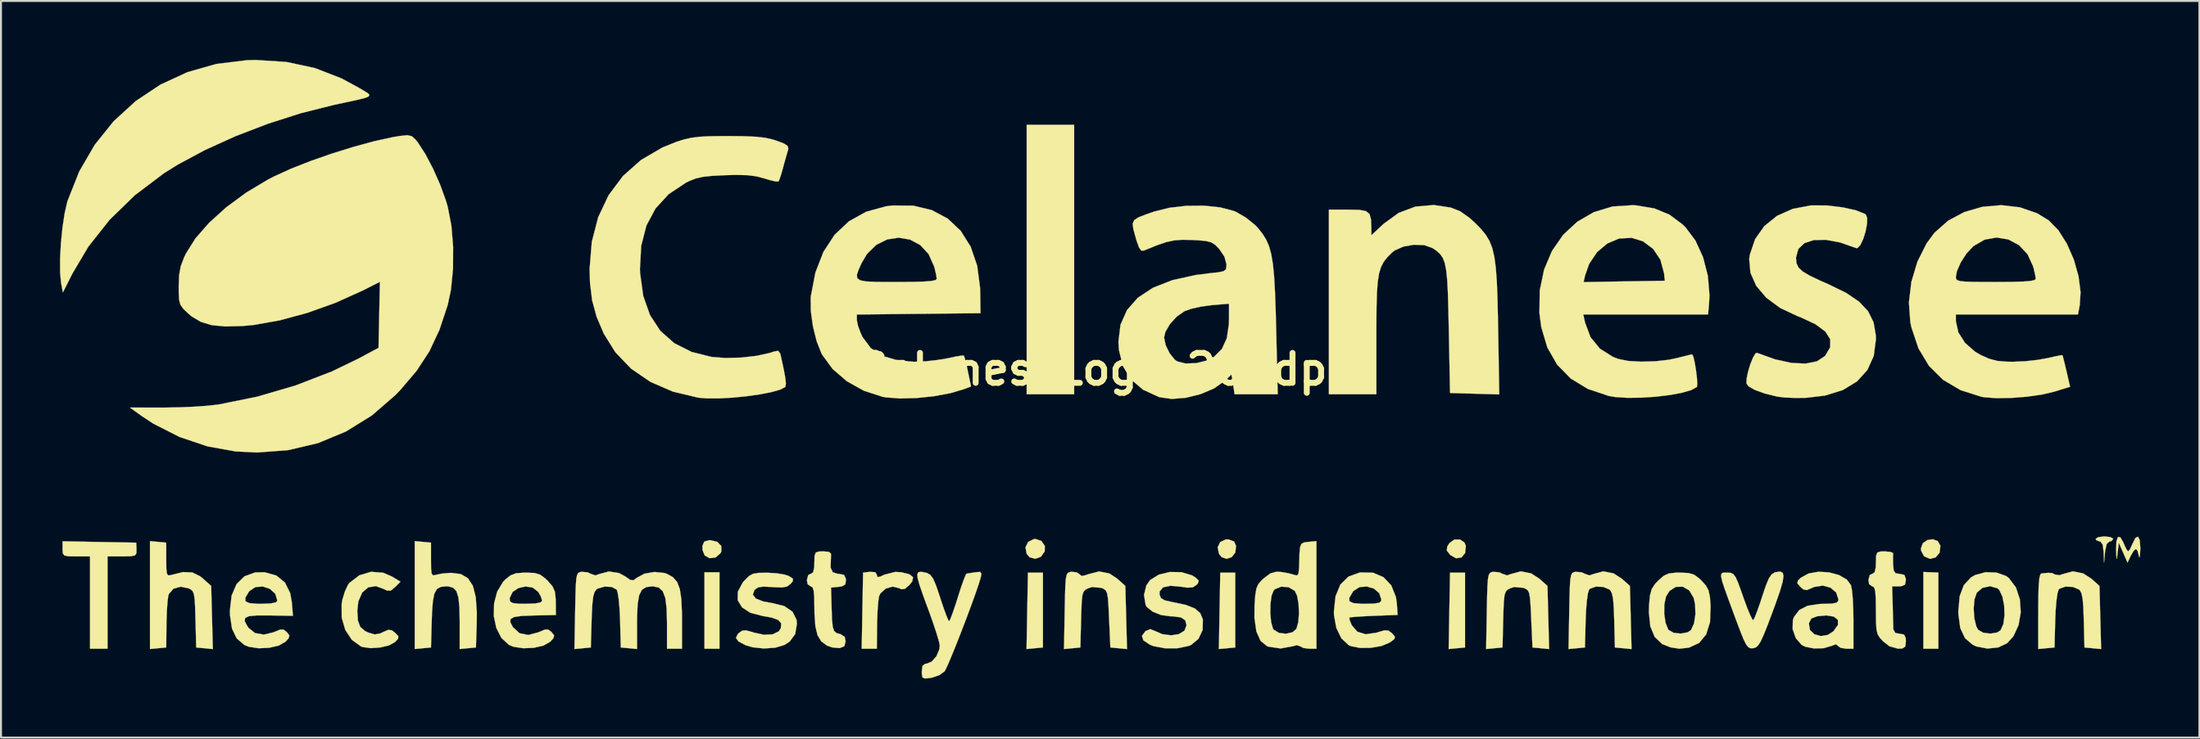
<source format=kicad_pcb>
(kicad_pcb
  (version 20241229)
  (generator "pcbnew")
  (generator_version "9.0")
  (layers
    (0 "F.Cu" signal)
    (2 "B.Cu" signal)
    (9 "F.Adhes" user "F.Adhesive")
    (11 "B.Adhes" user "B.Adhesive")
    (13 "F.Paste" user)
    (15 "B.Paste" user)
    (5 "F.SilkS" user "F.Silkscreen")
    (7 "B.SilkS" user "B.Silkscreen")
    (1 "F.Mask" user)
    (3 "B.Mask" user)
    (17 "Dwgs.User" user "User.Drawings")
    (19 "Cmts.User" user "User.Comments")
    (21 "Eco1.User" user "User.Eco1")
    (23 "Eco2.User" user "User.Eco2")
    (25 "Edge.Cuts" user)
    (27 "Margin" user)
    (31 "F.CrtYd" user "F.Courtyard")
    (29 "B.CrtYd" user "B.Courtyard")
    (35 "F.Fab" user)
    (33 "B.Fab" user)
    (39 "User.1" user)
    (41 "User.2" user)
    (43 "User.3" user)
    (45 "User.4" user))
  (footprint "CelaneseLogo_200dpi"
    (layer "F.Cu")
    (at 52.836 15.75)
    (property "Reference" "CelaneseLogo_200dpi" (at 0 0 0) (layer "F.SilkS") (effects (font (size 1.524 1.524) (thickness 0.3))))
    (attr through_hole)
    (fp_poly (pts (xy -19.304 14.224) (xy -20.066 14.224) (xy -20.066 10.333) (xy -19.304 10.333) (xy -19.304 14.224)) (stroke (width 0.01) (type solid)) (fill yes) (layer "F.SilkS"))
    (fp_poly (pts (xy -1.27 1.27) (xy -3.683 1.27) (xy -3.683 -12.446) (xy -1.27 -12.446) (xy -1.27 1.27)) (stroke (width 0.01) (type solid)) (fill yes) (layer "F.SilkS"))
    (fp_poly (pts (xy 42.291 10.332) (xy 42.672 10.348) (xy 42.672 14.224) (xy 41.91 14.224) (xy 41.91 10.317) (xy 42.291 10.332)) (stroke (width 0.01) (type solid)) (fill yes) (layer "F.SilkS"))
    (fp_poly (pts (xy -2.857 14.161) (xy -3.274 14.201) (xy -3.69 14.241) (xy -3.655 12.296) (xy -3.619 10.351) (xy -2.857 10.351) (xy -2.857 14.161)) (stroke (width 0.01) (type solid)) (fill yes) (layer "F.SilkS"))
    (fp_poly (pts (xy 6.921 14.161) (xy 6.505 14.201) (xy 6.089 14.241) (xy 6.124 12.296) (xy 6.16 10.351) (xy 6.921 10.351) (xy 6.921 14.161)) (stroke (width 0.01) (type solid)) (fill yes) (layer "F.SilkS"))
    (fp_poly (pts (xy 18.605 14.161) (xy 18.189 14.201) (xy 17.773 14.241) (xy 17.808 12.296) (xy 17.843 10.351) (xy 18.605 10.351) (xy 18.605 14.161)) (stroke (width 0.01) (type solid)) (fill yes) (layer "F.SilkS"))
    (fp_poly (pts (xy -2.934 8.74) (xy -2.76 8.995) (xy -2.767 9.271) (xy -2.962 9.544) (xy -3.247 9.647) (xy -3.531 9.57) (xy -3.683 9.398) (xy -3.744 9.065) (xy -3.606 8.785) (xy -3.315 8.641) (xy -3.239 8.636) (xy -2.934 8.74)) (stroke (width 0.01) (type solid)) (fill yes) (layer "F.SilkS"))
    (fp_poly (pts (xy 6.581 8.66) (xy 6.863 8.768) (xy 6.963 8.992) (xy 6.923 9.33) (xy 6.742 9.56) (xy 6.488 9.649) (xy 6.233 9.565) (xy 6.096 9.398) (xy 6.027 9.061) (xy 6.16 8.791) (xy 6.447 8.659) (xy 6.581 8.66)) (stroke (width 0.01) (type solid)) (fill yes) (layer "F.SilkS"))
    (fp_poly (pts (xy 18.353 8.665) (xy 18.579 8.821) (xy 18.647 8.992) (xy 18.61 9.355) (xy 18.424 9.578) (xy 18.15 9.622) (xy 17.853 9.452) (xy 17.679 9.229) (xy 17.699 9.026) (xy 17.819 8.839) (xy 18.067 8.665) (xy 18.353 8.665)) (stroke (width 0.01) (type solid)) (fill yes) (layer "F.SilkS"))
    (fp_poly (pts (xy -19.413 8.783) (xy -19.213 8.994) (xy -19.209 9.274) (xy -19.254 9.366) (xy -19.503 9.579) (xy -19.809 9.616) (xy -20.055 9.475) (xy -20.165 9.202) (xy -20.171 8.992) (xy -20.079 8.774) (xy -19.84 8.701) (xy -19.762 8.7) (xy -19.413 8.783)) (stroke (width 0.01) (type solid)) (fill yes) (layer "F.SilkS"))
    (fp_poly (pts (xy 42.638 8.743) (xy 42.775 8.98) (xy 42.777 8.992) (xy 42.733 9.339) (xy 42.538 9.573) (xy 42.26 9.651) (xy 41.971 9.533) (xy 41.935 9.5) (xy 41.799 9.244) (xy 41.783 9.134) (xy 41.878 8.859) (xy 42.107 8.695) (xy 42.388 8.652) (xy 42.638 8.743)) (stroke (width 0.01) (type solid)) (fill yes) (layer "F.SilkS"))
    (fp_poly (pts (xy 51.411 8.541) (xy 51.558 8.619) (xy 51.562 8.636) (xy 51.46 8.75) (xy 51.379 8.763) (xy 51.236 8.881) (xy 51.153 9.24) (xy 51.147 9.303) (xy 51.098 9.842) (xy 51.076 9.303) (xy 51.029 8.931) (xy 50.92 8.774) (xy 50.864 8.763) (xy 50.694 8.694) (xy 50.673 8.636) (xy 50.785 8.552) (xy 51.059 8.51) (xy 51.117 8.509) (xy 51.411 8.541)) (stroke (width 0.01) (type solid)) (fill yes) (layer "F.SilkS"))
    (fp_poly (pts (xy -50.832 8.791) (xy -48.959 8.826) (xy -48.946 9.176) (xy -48.951 9.371) (xy -49.025 9.475) (xy -49.228 9.517) (xy -49.619 9.525) (xy -49.676 9.525) (xy -50.419 9.525) (xy -50.419 14.224) (xy -51.308 14.224) (xy -51.308 9.525) (xy -52.007 9.525) (xy -52.406 9.519) (xy -52.614 9.477) (xy -52.693 9.365) (xy -52.705 9.149) (xy -52.705 9.141) (xy -52.705 8.756) (xy -50.832 8.791)) (stroke (width 0.01) (type solid)) (fill yes) (layer "F.SilkS"))
    (fp_poly (pts (xy -11.379 10.329) (xy -11.303 10.459) (xy -11.275 10.573) (xy -11.146 10.561) (xy -10.911 10.453) (xy -10.368 10.315) (xy -10.065 10.331) (xy -9.641 10.437) (xy -9.459 10.588) (xy -9.505 10.803) (xy -9.643 10.976) (xy -9.874 11.178) (xy -10.057 11.197) (xy -10.168 11.141) (xy -10.505 11.063) (xy -10.858 11.167) (xy -11.125 11.413) (xy -11.19 11.558) (xy -11.23 11.825) (xy -11.264 12.267) (xy -11.286 12.808) (xy -11.29 13.049) (xy -11.303 14.224) (xy -12.072 14.224) (xy -12.002 10.351) (xy -11.652 10.31) (xy -11.379 10.329)) (stroke (width 0.01) (type solid)) (fill yes) (layer "F.SilkS"))
    (fp_poly (pts (xy 52.91 8.689) (xy 52.942 9.08) (xy 52.94 9.176) (xy 52.922 9.477) (xy 52.893 9.579) (xy 52.868 9.493) (xy 52.799 9.24) (xy 52.717 9.144) (xy 52.6 9.246) (xy 52.455 9.493) (xy 52.455 9.493) (xy 52.292 9.842) (xy 51.845 8.826) (xy 51.788 9.335) (xy 51.755 9.603) (xy 51.735 9.656) (xy 51.721 9.478) (xy 51.71 9.176) (xy 51.728 8.745) (xy 51.805 8.534) (xy 51.927 8.553) (xy 52.078 8.812) (xy 52.109 8.89) (xy 52.228 9.152) (xy 52.32 9.27) (xy 52.324 9.271) (xy 52.413 9.166) (xy 52.531 8.91) (xy 52.539 8.89) (xy 52.694 8.584) (xy 52.823 8.52) (xy 52.91 8.689)) (stroke (width 0.01) (type solid)) (fill yes) (layer "F.SilkS"))
    (fp_poly (pts (xy -47.434 8.826) (xy -47.434 9.69) (xy -47.429 10.145) (xy -47.402 10.395) (xy -47.336 10.49) (xy -47.217 10.481) (xy -47.181 10.47) (xy -46.579 10.322) (xy -46.11 10.342) (xy -45.71 10.536) (xy -45.577 10.645) (xy -45.148 11.028) (xy -45.106 12.635) (xy -45.064 14.242) (xy -45.487 14.201) (xy -45.91 14.161) (xy -45.946 12.727) (xy -45.965 12.105) (xy -45.99 11.688) (xy -46.031 11.43) (xy -46.101 11.281) (xy -46.207 11.194) (xy -46.286 11.155) (xy -46.702 11.067) (xy -47.062 11.167) (xy -47.295 11.431) (xy -47.326 11.52) (xy -47.366 11.8) (xy -47.399 12.253) (xy -47.419 12.797) (xy -47.423 13.011) (xy -47.434 14.161) (xy -47.847 14.2) (xy -48.26 14.24) (xy -48.26 8.747) (xy -47.434 8.826)) (stroke (width 0.01) (type solid)) (fill yes) (layer "F.SilkS"))
    (fp_poly (pts (xy -33.972 8.826) (xy -33.972 9.69) (xy -33.967 10.144) (xy -33.94 10.393) (xy -33.875 10.487) (xy -33.757 10.476) (xy -33.718 10.463) (xy -33.429 10.402) (xy -33.031 10.367) (xy -32.935 10.364) (xy -32.453 10.425) (xy -32.092 10.638) (xy -31.843 11.022) (xy -31.696 11.597) (xy -31.641 12.383) (xy -31.647 12.954) (xy -31.686 14.161) (xy -32.099 14.2) (xy -32.512 14.24) (xy -32.512 12.844) (xy -32.526 12.124) (xy -32.576 11.62) (xy -32.677 11.298) (xy -32.841 11.121) (xy -33.083 11.053) (xy -33.195 11.049) (xy -33.476 11.077) (xy -33.672 11.188) (xy -33.8 11.418) (xy -33.877 11.807) (xy -33.92 12.394) (xy -33.933 12.764) (xy -33.972 14.161) (xy -34.385 14.2) (xy -34.798 14.24) (xy -34.798 8.747) (xy -33.972 8.826)) (stroke (width 0.01) (type solid)) (fill yes) (layer "F.SilkS"))
    (fp_poly (pts (xy 26.155 10.388) (xy 26.573 10.657) (xy 26.988 11.028) (xy 27.03 12.635) (xy 27.072 14.242) (xy 26.649 14.201) (xy 26.226 14.161) (xy 26.191 12.764) (xy 26.168 12.118) (xy 26.132 11.682) (xy 26.075 11.407) (xy 25.991 11.251) (xy 25.944 11.208) (xy 25.626 11.077) (xy 25.26 11.063) (xy 24.965 11.166) (xy 24.912 11.215) (xy 24.853 11.405) (xy 24.799 11.788) (xy 24.757 12.306) (xy 24.738 12.771) (xy 24.701 14.161) (xy 24.285 14.201) (xy 23.869 14.241) (xy 23.904 12.296) (xy 23.919 11.555) (xy 23.936 11.031) (xy 23.961 10.683) (xy 24.001 10.475) (xy 24.062 10.368) (xy 24.151 10.323) (xy 24.232 10.309) (xy 24.539 10.335) (xy 24.7 10.413) (xy 24.934 10.492) (xy 25.13 10.423) (xy 25.636 10.286) (xy 26.155 10.388)) (stroke (width 0.01) (type solid)) (fill yes) (layer "F.SilkS"))
    (fp_poly (pts (xy 50.031 10.388) (xy 50.449 10.657) (xy 50.864 11.028) (xy 50.906 12.635) (xy 50.948 14.242) (xy 50.525 14.201) (xy 50.102 14.161) (xy 50.067 12.764) (xy 50.044 12.118) (xy 50.008 11.682) (xy 49.951 11.407) (xy 49.867 11.251) (xy 49.82 11.208) (xy 49.502 11.077) (xy 49.136 11.063) (xy 48.841 11.166) (xy 48.788 11.215) (xy 48.729 11.405) (xy 48.675 11.788) (xy 48.633 12.306) (xy 48.614 12.771) (xy 48.578 14.161) (xy 48.165 14.2) (xy 47.752 14.24) (xy 47.752 12.327) (xy 47.758 11.542) (xy 47.776 10.984) (xy 47.81 10.625) (xy 47.86 10.438) (xy 47.911 10.395) (xy 48.264 10.36) (xy 48.462 10.374) (xy 48.597 10.443) (xy 48.601 10.447) (xy 48.836 10.483) (xy 49.006 10.423) (xy 49.512 10.286) (xy 50.031 10.388)) (stroke (width 0.01) (type solid)) (fill yes) (layer "F.SilkS"))
    (fp_poly (pts (xy 21.964 10.388) (xy 22.382 10.657) (xy 22.797 11.028) (xy 22.839 12.635) (xy 22.881 14.242) (xy 22.458 14.201) (xy 22.035 14.161) (xy 21.971 12.703) (xy 21.942 12.077) (xy 21.911 11.657) (xy 21.867 11.398) (xy 21.797 11.253) (xy 21.69 11.173) (xy 21.563 11.124) (xy 21.106 11.083) (xy 20.901 11.149) (xy 20.763 11.223) (xy 20.67 11.327) (xy 20.612 11.51) (xy 20.579 11.82) (xy 20.558 12.305) (xy 20.546 12.727) (xy 20.511 14.161) (xy 20.094 14.201) (xy 19.678 14.241) (xy 19.713 12.296) (xy 19.728 11.555) (xy 19.745 11.031) (xy 19.77 10.683) (xy 19.81 10.475) (xy 19.871 10.368) (xy 19.96 10.323) (xy 20.041 10.309) (xy 20.348 10.335) (xy 20.509 10.413) (xy 20.743 10.492) (xy 20.939 10.423) (xy 21.445 10.286) (xy 21.964 10.388)) (stroke (width 0.01) (type solid)) (fill yes) (layer "F.SilkS"))
    (fp_poly (pts (xy 0.522 10.393) (xy 0.919 10.657) (xy 1.333 11.028) (xy 1.376 12.635) (xy 1.418 14.242) (xy 0.995 14.201) (xy 0.572 14.161) (xy 0.508 12.703) (xy 0.479 12.077) (xy 0.448 11.657) (xy 0.404 11.398) (xy 0.334 11.253) (xy 0.227 11.173) (xy 0.1 11.124) (xy -0.357 11.083) (xy -0.562 11.149) (xy -0.7 11.223) (xy -0.793 11.327) (xy -0.851 11.51) (xy -0.884 11.82) (xy -0.905 12.305) (xy -0.917 12.727) (xy -0.953 14.161) (xy -1.369 14.201) (xy -1.785 14.241) (xy -1.75 12.296) (xy -1.735 11.555) (xy -1.719 11.031) (xy -1.694 10.684) (xy -1.654 10.476) (xy -1.593 10.368) (xy -1.503 10.324) (xy -1.411 10.308) (xy -1.139 10.335) (xy -1.008 10.427) (xy -0.88 10.525) (xy -0.652 10.472) (xy -0.575 10.439) (xy -0.004 10.291) (xy 0.522 10.393)) (stroke (width 0.01) (type solid)) (fill yes) (layer "F.SilkS"))
    (fp_poly (pts (xy -41.309 -15.644) (xy -39.875 -15.336) (xy -38.521 -14.809) (xy -37.642 -14.333) (xy -37.36 -14.167) (xy -37.171 -14.046) (xy -37.098 -13.955) (xy -37.164 -13.876) (xy -37.392 -13.795) (xy -37.807 -13.696) (xy -38.43 -13.562) (xy -38.925 -13.456) (xy -40.582 -13.039) (xy -42.265 -12.5) (xy -43.912 -11.867) (xy -45.464 -11.163) (xy -46.858 -10.414) (xy -47.554 -9.978) (xy -49.026 -8.865) (xy -50.314 -7.611) (xy -51.397 -6.239) (xy -52.209 -4.865) (xy -52.689 -3.911) (xy -52.777 -4.384) (xy -52.829 -4.913) (xy -52.831 -5.612) (xy -52.789 -6.402) (xy -52.71 -7.204) (xy -52.599 -7.939) (xy -52.464 -8.53) (xy -52.451 -8.572) (xy -51.855 -10.076) (xy -51.066 -11.433) (xy -50.104 -12.631) (xy -48.985 -13.655) (xy -47.73 -14.491) (xy -46.357 -15.126) (xy -44.884 -15.545) (xy -43.33 -15.735) (xy -42.862 -15.745) (xy -41.309 -15.644)) (stroke (width 0.01) (type solid)) (fill yes) (layer "F.SilkS"))
    (fp_poly (pts (xy -36.402 10.358) (xy -35.954 10.551) (xy -35.523 10.814) (xy -35.797 11.088) (xy -36.021 11.268) (xy -36.21 11.266) (xy -36.322 11.206) (xy -36.769 11.038) (xy -37.162 11.1) (xy -37.471 11.367) (xy -37.666 11.817) (xy -37.719 12.3) (xy -37.687 12.797) (xy -37.567 13.115) (xy -37.325 13.323) (xy -37.163 13.401) (xy -36.836 13.498) (xy -36.556 13.447) (xy -36.408 13.377) (xy -36.136 13.262) (xy -35.953 13.291) (xy -35.798 13.413) (xy -35.631 13.586) (xy -35.645 13.717) (xy -35.799 13.884) (xy -36.101 14.053) (xy -36.546 14.161) (xy -37.029 14.195) (xy -37.444 14.14) (xy -37.529 14.11) (xy -37.997 13.772) (xy -38.332 13.262) (xy -38.512 12.635) (xy -38.515 11.947) (xy -38.476 11.727) (xy -38.351 11.313) (xy -38.193 10.975) (xy -38.125 10.879) (xy -37.613 10.486) (xy -37.019 10.309) (xy -36.402 10.358)) (stroke (width 0.01) (type solid)) (fill yes) (layer "F.SilkS"))
    (fp_poly (pts (xy 45.624 10.347) (xy 46.107 10.518) (xy 46.255 10.625) (xy 46.615 11.103) (xy 46.816 11.708) (xy 46.861 12.37) (xy 46.751 13.02) (xy 46.489 13.591) (xy 46.163 13.949) (xy 45.712 14.16) (xy 45.16 14.216) (xy 44.611 14.111) (xy 44.42 14.025) (xy 44.026 13.687) (xy 43.786 13.172) (xy 43.69 12.465) (xy 43.688 12.313) (xy 43.7 12.179) (xy 44.468 12.179) (xy 44.5 12.674) (xy 44.602 13.091) (xy 44.698 13.264) (xy 44.954 13.41) (xy 45.315 13.456) (xy 45.66 13.399) (xy 45.834 13.287) (xy 45.977 12.969) (xy 46.037 12.52) (xy 46.018 12.025) (xy 45.929 11.57) (xy 45.774 11.238) (xy 45.68 11.149) (xy 45.304 11.042) (xy 44.913 11.127) (xy 44.628 11.368) (xy 44.509 11.709) (xy 44.468 12.179) (xy 43.7 12.179) (xy 43.757 11.551) (xy 43.969 10.984) (xy 44.333 10.593) (xy 44.541 10.473) (xy 45.069 10.329) (xy 45.624 10.347)) (stroke (width 0.01) (type solid)) (fill yes) (layer "F.SilkS"))
    (fp_poly (pts (xy 34.751 10.348) (xy 34.799 10.513) (xy 34.756 10.818) (xy 34.619 11.29) (xy 34.386 11.957) (xy 34.25 12.328) (xy 33.986 13.032) (xy 33.786 13.531) (xy 33.633 13.862) (xy 33.506 14.06) (xy 33.388 14.16) (xy 33.258 14.198) (xy 33.25 14.199) (xy 33.12 14.201) (xy 33.01 14.148) (xy 32.898 14.006) (xy 32.766 13.74) (xy 32.594 13.314) (xy 32.361 12.694) (xy 32.284 12.484) (xy 32.004 11.723) (xy 31.804 11.168) (xy 31.68 10.787) (xy 31.625 10.547) (xy 31.636 10.416) (xy 31.706 10.361) (xy 31.831 10.35) (xy 31.941 10.351) (xy 32.116 10.362) (xy 32.248 10.426) (xy 32.366 10.585) (xy 32.497 10.883) (xy 32.67 11.363) (xy 32.748 11.588) (xy 32.932 12.094) (xy 33.094 12.49) (xy 33.213 12.727) (xy 33.261 12.772) (xy 33.335 12.635) (xy 33.461 12.311) (xy 33.621 11.856) (xy 33.717 11.562) (xy 33.904 11.005) (xy 34.054 10.647) (xy 34.191 10.443) (xy 34.34 10.345) (xy 34.388 10.331) (xy 34.614 10.297) (xy 34.751 10.348)) (stroke (width 0.01) (type solid)) (fill yes) (layer "F.SilkS"))
    (fp_poly (pts (xy 29.962 10.37) (xy 30.254 10.456) (xy 30.515 10.649) (xy 30.632 10.761) (xy 30.856 11.012) (xy 30.987 11.258) (xy 31.056 11.588) (xy 31.092 12.047) (xy 31.062 12.868) (xy 30.867 13.496) (xy 30.508 13.931) (xy 29.987 14.171) (xy 29.502 14.224) (xy 29.057 14.155) (xy 28.638 13.99) (xy 28.62 13.979) (xy 28.248 13.622) (xy 28.027 13.089) (xy 27.96 12.44) (xy 28.733 12.44) (xy 28.8 12.903) (xy 28.933 13.241) (xy 28.956 13.271) (xy 29.213 13.416) (xy 29.577 13.455) (xy 29.924 13.39) (xy 30.095 13.276) (xy 30.247 12.943) (xy 30.32 12.471) (xy 30.303 11.963) (xy 30.231 11.635) (xy 30.003 11.255) (xy 29.678 11.067) (xy 29.322 11.075) (xy 29.001 11.283) (xy 28.826 11.563) (xy 28.739 11.958) (xy 28.733 12.44) (xy 27.96 12.44) (xy 27.952 12.365) (xy 27.964 11.985) (xy 28.01 11.508) (xy 28.097 11.19) (xy 28.26 10.936) (xy 28.425 10.759) (xy 28.703 10.515) (xy 28.97 10.393) (xy 29.337 10.353) (xy 29.527 10.351) (xy 29.962 10.37)) (stroke (width 0.01) (type solid)) (fill yes) (layer "F.SilkS"))
    (fp_poly (pts (xy -13.742 9.289) (xy -13.632 9.389) (xy -13.637 9.643) (xy -13.641 9.677) (xy -13.652 10.101) (xy -13.545 10.331) (xy -13.295 10.412) (xy -13.226 10.414) (xy -12.97 10.465) (xy -12.878 10.663) (xy -12.873 10.725) (xy -12.904 10.951) (xy -13.083 11.051) (xy -13.242 11.074) (xy -13.63 11.113) (xy -13.601 12.192) (xy -13.581 12.756) (xy -13.543 13.117) (xy -13.471 13.325) (xy -13.346 13.43) (xy -13.15 13.482) (xy -13.145 13.483) (xy -12.936 13.622) (xy -12.89 13.845) (xy -12.953 14.096) (xy -13.186 14.191) (xy -13.208 14.193) (xy -13.568 14.159) (xy -13.84 14.064) (xy -14.126 13.853) (xy -14.317 13.539) (xy -14.428 13.078) (xy -14.473 12.425) (xy -14.476 12.16) (xy -14.485 11.611) (xy -14.514 11.272) (xy -14.571 11.1) (xy -14.663 11.049) (xy -14.668 11.049) (xy -14.822 10.939) (xy -14.859 10.732) (xy -14.793 10.476) (xy -14.668 10.414) (xy -14.543 10.339) (xy -14.486 10.085) (xy -14.478 9.842) (xy -14.468 9.491) (xy -14.404 9.325) (xy -14.232 9.275) (xy -14.036 9.271) (xy -13.742 9.289)) (stroke (width 0.01) (type solid)) (fill yes) (layer "F.SilkS"))
    (fp_poly (pts (xy -41.834 10.498) (xy -41.396 10.857) (xy -41.129 11.401) (xy -41.049 11.854) (xy -40.992 12.549) (xy -42.213 12.529) (xy -42.834 12.53) (xy -43.228 12.568) (xy -43.422 12.659) (xy -43.442 12.819) (xy -43.315 13.065) (xy -43.247 13.164) (xy -42.92 13.427) (xy -42.474 13.505) (xy -41.978 13.39) (xy -41.933 13.37) (xy -41.64 13.249) (xy -41.464 13.252) (xy -41.302 13.38) (xy -41.173 13.544) (xy -41.208 13.689) (xy -41.369 13.867) (xy -41.71 14.063) (xy -42.197 14.177) (xy -42.735 14.201) (xy -43.229 14.127) (xy -43.464 14.032) (xy -43.851 13.698) (xy -44.09 13.201) (xy -44.191 12.516) (xy -44.196 12.281) (xy -44.142 11.805) (xy -43.409 11.805) (xy -43.217 11.901) (xy -42.804 11.936) (xy -42.608 11.938) (xy -42.118 11.92) (xy -41.852 11.862) (xy -41.783 11.776) (xy -41.891 11.425) (xy -42.163 11.178) (xy -42.524 11.057) (xy -42.896 11.085) (xy -43.202 11.287) (xy -43.236 11.331) (xy -43.408 11.623) (xy -43.409 11.805) (xy -44.142 11.805) (xy -44.11 11.522) (xy -43.859 10.936) (xy -43.456 10.538) (xy -42.913 10.34) (xy -42.434 10.331) (xy -41.834 10.498)) (stroke (width 0.01) (type solid)) (fill yes) (layer "F.SilkS"))
    (fp_poly (pts (xy 40.231 9.295) (xy 40.369 9.353) (xy 40.371 9.366) (xy 40.365 9.546) (xy 40.369 9.866) (xy 40.371 9.938) (xy 40.402 10.253) (xy 40.503 10.387) (xy 40.703 10.414) (xy 40.945 10.466) (xy 41.02 10.673) (xy 41.021 10.732) (xy 40.975 10.965) (xy 40.785 11.045) (xy 40.672 11.049) (xy 40.322 11.049) (xy 40.35 12.033) (xy 40.363 12.535) (xy 40.375 12.957) (xy 40.381 13.219) (xy 40.381 13.24) (xy 40.484 13.421) (xy 40.703 13.462) (xy 40.93 13.503) (xy 41.013 13.677) (xy 41.021 13.843) (xy 40.991 14.111) (xy 40.846 14.211) (xy 40.63 14.224) (xy 40.187 14.102) (xy 39.868 13.853) (xy 39.696 13.668) (xy 39.587 13.489) (xy 39.528 13.254) (xy 39.503 12.899) (xy 39.497 12.363) (xy 39.497 12.265) (xy 39.49 11.687) (xy 39.466 11.321) (xy 39.416 11.123) (xy 39.336 11.052) (xy 39.306 11.049) (xy 39.153 10.939) (xy 39.116 10.732) (xy 39.182 10.476) (xy 39.306 10.414) (xy 39.432 10.339) (xy 39.489 10.085) (xy 39.497 9.842) (xy 39.506 9.491) (xy 39.571 9.325) (xy 39.744 9.275) (xy 39.941 9.271) (xy 40.231 9.295)) (stroke (width 0.01) (type solid)) (fill yes) (layer "F.SilkS"))
    (fp_poly (pts (xy 4.185 10.328) (xy 4.721 10.489) (xy 4.899 10.598) (xy 5.064 10.755) (xy 5.024 10.895) (xy 4.947 10.979) (xy 4.761 11.098) (xy 4.486 11.116) (xy 4.176 11.071) (xy 3.625 11.02) (xy 3.252 11.101) (xy 3.077 11.306) (xy 3.071 11.461) (xy 3.141 11.644) (xy 3.329 11.76) (xy 3.701 11.846) (xy 3.747 11.854) (xy 4.415 11.996) (xy 4.867 12.175) (xy 5.141 12.412) (xy 5.272 12.728) (xy 5.275 12.743) (xy 5.264 13.269) (xy 5.051 13.722) (xy 4.672 14.035) (xy 4.557 14.083) (xy 3.979 14.201) (xy 3.34 14.202) (xy 2.761 14.091) (xy 2.572 14.015) (xy 2.249 13.796) (xy 2.176 13.573) (xy 2.35 13.335) (xy 2.36 13.326) (xy 2.603 13.228) (xy 2.777 13.295) (xy 3.215 13.484) (xy 3.662 13.542) (xy 4.058 13.48) (xy 4.339 13.306) (xy 4.445 13.034) (xy 4.379 12.775) (xy 4.155 12.629) (xy 3.735 12.575) (xy 3.603 12.573) (xy 3.142 12.507) (xy 2.722 12.337) (xy 2.429 12.105) (xy 2.365 11.996) (xy 2.283 11.488) (xy 2.401 11.004) (xy 2.589 10.734) (xy 3.028 10.456) (xy 3.59 10.319) (xy 4.185 10.328)) (stroke (width 0.01) (type solid)) (fill yes) (layer "F.SilkS"))
    (fp_poly (pts (xy 17.875 -8.234) (xy 18.355 -8.046) (xy 18.839 -7.703) (xy 19.126 -7.44) (xy 19.423 -7.137) (xy 19.661 -6.845) (xy 19.848 -6.533) (xy 19.991 -6.169) (xy 20.096 -5.72) (xy 20.171 -5.155) (xy 20.223 -4.441) (xy 20.257 -3.548) (xy 20.282 -2.442) (xy 20.289 -2.059) (xy 20.345 1.279) (xy 17.843 1.206) (xy 17.78 -2.038) (xy 17.757 -3.097) (xy 17.732 -3.934) (xy 17.696 -4.579) (xy 17.645 -5.064) (xy 17.572 -5.421) (xy 17.471 -5.679) (xy 17.335 -5.872) (xy 17.158 -6.03) (xy 16.951 -6.173) (xy 16.534 -6.321) (xy 16.006 -6.341) (xy 15.466 -6.246) (xy 15.018 -6.045) (xy 14.909 -5.958) (xy 14.667 -5.718) (xy 14.478 -5.482) (xy 14.336 -5.214) (xy 14.234 -4.88) (xy 14.166 -4.446) (xy 14.125 -3.877) (xy 14.105 -3.137) (xy 14.097 -2.194) (xy 14.097 -1.72) (xy 14.097 1.27) (xy 11.684 1.27) (xy 11.684 -8.128) (xy 12.685 -8.128) (xy 13.229 -8.116) (xy 13.568 -8.054) (xy 13.751 -7.903) (xy 13.826 -7.622) (xy 13.841 -7.19) (xy 13.843 -6.823) (xy 14.462 -7.403) (xy 15.232 -7.962) (xy 16.086 -8.283) (xy 17.013 -8.363) (xy 17.875 -8.234)) (stroke (width 0.01) (type solid)) (fill yes) (layer "F.SilkS"))
    (fp_poly (pts (xy -16.393 10.385) (xy -15.982 10.453) (xy -15.769 10.525) (xy -15.568 10.66) (xy -15.574 10.788) (xy -15.682 10.919) (xy -15.855 11.052) (xy -16.104 11.106) (xy -16.507 11.094) (xy -16.617 11.085) (xy -17.067 11.061) (xy -17.339 11.102) (xy -17.507 11.217) (xy -17.519 11.231) (xy -17.607 11.47) (xy -17.456 11.67) (xy -17.075 11.821) (xy -16.634 11.898) (xy -16.01 12.053) (xy -15.591 12.339) (xy -15.387 12.749) (xy -15.367 12.957) (xy -15.455 13.482) (xy -15.736 13.861) (xy -15.999 14.032) (xy -16.464 14.172) (xy -17.046 14.212) (xy -17.629 14.15) (xy -17.987 14.041) (xy -18.344 13.85) (xy -18.466 13.672) (xy -18.371 13.478) (xy -18.313 13.421) (xy -18.143 13.303) (xy -17.948 13.289) (xy -17.63 13.377) (xy -17.558 13.402) (xy -17.042 13.514) (xy -16.599 13.491) (xy -16.288 13.341) (xy -16.184 13.18) (xy -16.165 12.935) (xy -16.314 12.761) (xy -16.661 12.637) (xy -17.108 12.559) (xy -17.731 12.396) (xy -18.158 12.119) (xy -18.376 11.754) (xy -18.371 11.327) (xy -18.129 10.867) (xy -18.044 10.765) (xy -17.819 10.537) (xy -17.607 10.413) (xy -17.318 10.363) (xy -16.869 10.356) (xy -16.393 10.385)) (stroke (width 0.01) (type solid)) (fill yes) (layer "F.SilkS"))
    (fp_poly (pts (xy 11.049 14.224) (xy 10.675 14.224) (xy 10.383 14.186) (xy 10.226 14.102) (xy 10.05 14.045) (xy 9.83 14.102) (xy 9.229 14.211) (xy 8.619 14.122) (xy 8.535 14.091) (xy 8.209 13.825) (xy 7.995 13.343) (xy 7.898 12.657) (xy 7.9 12.428) (xy 8.705 12.428) (xy 8.747 12.876) (xy 8.838 13.197) (xy 8.874 13.252) (xy 9.144 13.419) (xy 9.501 13.462) (xy 9.836 13.385) (xy 10.029 13.216) (xy 10.127 12.879) (xy 10.163 12.42) (xy 10.141 11.935) (xy 10.064 11.519) (xy 9.95 11.281) (xy 9.641 11.095) (xy 9.268 11.064) (xy 8.944 11.19) (xy 8.876 11.256) (xy 8.769 11.523) (xy 8.712 11.945) (xy 8.705 12.428) (xy 7.9 12.428) (xy 7.903 12.013) (xy 7.94 11.499) (xy 7.995 11.165) (xy 8.093 10.938) (xy 8.259 10.744) (xy 8.378 10.635) (xy 8.706 10.39) (xy 9.01 10.306) (xy 9.255 10.318) (xy 9.628 10.382) (xy 9.92 10.463) (xy 9.938 10.471) (xy 10.067 10.497) (xy 10.137 10.398) (xy 10.167 10.123) (xy 10.175 9.888) (xy 10.189 9.371) (xy 10.218 9.055) (xy 10.285 8.888) (xy 10.411 8.817) (xy 10.619 8.788) (xy 10.636 8.787) (xy 11.049 8.747) (xy 11.049 14.224)) (stroke (width 0.01) (type solid)) (fill yes) (layer "F.SilkS"))
    (fp_poly (pts (xy 13.924 10.355) (xy 14.46 10.583) (xy 14.858 11.005) (xy 15.093 11.6) (xy 15.14 11.947) (xy 15.177 12.504) (xy 13.97 12.55) (xy 13.445 12.574) (xy 13.026 12.601) (xy 12.771 12.626) (xy 12.72 12.638) (xy 12.739 12.769) (xy 12.844 13.024) (xy 12.847 13.031) (xy 13.133 13.361) (xy 13.558 13.489) (xy 14.104 13.409) (xy 14.173 13.386) (xy 14.505 13.289) (xy 14.707 13.3) (xy 14.88 13.427) (xy 14.899 13.446) (xy 15.04 13.611) (xy 15.014 13.732) (xy 14.798 13.894) (xy 14.772 13.912) (xy 14.353 14.086) (xy 13.815 14.179) (xy 13.262 14.184) (xy 12.801 14.093) (xy 12.685 14.04) (xy 12.317 13.695) (xy 12.061 13.168) (xy 11.943 12.516) (xy 11.938 12.34) (xy 11.994 11.805) (xy 12.725 11.805) (xy 12.917 11.901) (xy 13.33 11.936) (xy 13.525 11.938) (xy 13.98 11.927) (xy 14.233 11.887) (xy 14.337 11.803) (xy 14.351 11.726) (xy 14.243 11.396) (xy 13.971 11.165) (xy 13.611 11.056) (xy 13.241 11.087) (xy 12.937 11.281) (xy 12.898 11.331) (xy 12.726 11.623) (xy 12.725 11.805) (xy 11.994 11.805) (xy 12.021 11.554) (xy 12.267 10.958) (xy 12.676 10.555) (xy 13.243 10.348) (xy 13.275 10.343) (xy 13.924 10.355)) (stroke (width 0.01) (type solid)) (fill yes) (layer "F.SilkS"))
    (fp_poly (pts (xy -8.985 10.318) (xy -8.754 10.366) (xy -8.582 10.466) (xy -8.438 10.663) (xy -8.292 11.003) (xy -8.113 11.532) (xy -8.067 11.675) (xy -7.902 12.17) (xy -7.759 12.558) (xy -7.659 12.787) (xy -7.628 12.826) (xy -7.563 12.712) (xy -7.446 12.406) (xy -7.295 11.961) (xy -7.187 11.619) (xy -7.024 11.109) (xy -6.881 10.704) (xy -6.779 10.456) (xy -6.742 10.404) (xy -6.574 10.377) (xy -6.303 10.334) (xy -6.051 10.313) (xy -5.984 10.409) (xy -6.017 10.587) (xy -6.115 10.914) (xy -6.281 11.4) (xy -6.496 11.998) (xy -6.743 12.661) (xy -7.003 13.342) (xy -7.259 13.995) (xy -7.493 14.572) (xy -7.686 15.028) (xy -7.821 15.314) (xy -7.861 15.379) (xy -8.12 15.566) (xy -8.488 15.695) (xy -8.541 15.705) (xy -8.851 15.742) (xy -8.985 15.684) (xy -9.016 15.481) (xy -9.017 15.384) (xy -8.98 15.097) (xy -8.843 14.992) (xy -8.766 14.986) (xy -8.505 14.875) (xy -8.269 14.6) (xy -8.123 14.249) (xy -8.102 14.063) (xy -8.147 13.841) (xy -8.267 13.436) (xy -8.443 12.904) (xy -8.658 12.3) (xy -8.689 12.216) (xy -8.955 11.493) (xy -9.132 10.976) (xy -9.227 10.63) (xy -9.244 10.425) (xy -9.189 10.329) (xy -9.065 10.31) (xy -8.985 10.318)) (stroke (width 0.01) (type solid)) (fill yes) (layer "F.SilkS"))
    (fp_poly (pts (xy 37.112 10.337) (xy 37.617 10.473) (xy 38.017 10.704) (xy 38.228 10.988) (xy 38.279 11.247) (xy 38.32 11.693) (xy 38.346 12.259) (xy 38.354 12.772) (xy 38.354 14.224) (xy 37.984 14.224) (xy 37.703 14.18) (xy 37.565 14.079) (xy 37.466 13.997) (xy 37.245 14.079) (xy 36.839 14.198) (xy 36.35 14.211) (xy 35.905 14.123) (xy 35.725 14.033) (xy 35.423 13.687) (xy 35.263 13.23) (xy 35.27 12.948) (xy 36.088 12.948) (xy 36.144 13.272) (xy 36.37 13.49) (xy 36.697 13.58) (xy 37.056 13.521) (xy 37.338 13.335) (xy 37.566 13.013) (xy 37.565 12.758) (xy 37.357 12.59) (xy 36.963 12.528) (xy 36.513 12.571) (xy 36.212 12.686) (xy 36.091 12.927) (xy 36.088 12.948) (xy 35.27 12.948) (xy 35.274 12.767) (xy 35.329 12.612) (xy 35.599 12.255) (xy 36.02 12.038) (xy 36.626 11.946) (xy 36.862 11.94) (xy 37.281 11.927) (xy 37.504 11.878) (xy 37.585 11.777) (xy 37.59 11.716) (xy 37.477 11.362) (xy 37.191 11.118) (xy 36.799 11.012) (xy 36.369 11.076) (xy 36.247 11.129) (xy 35.98 11.241) (xy 35.802 11.203) (xy 35.659 11.077) (xy 35.502 10.895) (xy 35.529 10.76) (xy 35.681 10.61) (xy 36.072 10.395) (xy 36.573 10.307) (xy 37.112 10.337)) (stroke (width 0.01) (type solid)) (fill yes) (layer "F.SilkS"))
    (fp_poly (pts (xy -28.707 10.37) (xy -28.414 10.458) (xy -28.151 10.656) (xy -28.043 10.76) (xy -27.792 11.048) (xy -27.669 11.33) (xy -27.63 11.721) (xy -27.628 11.84) (xy -27.622 12.509) (xy -28.763 12.532) (xy -29.365 12.556) (xy -29.743 12.61) (xy -29.924 12.711) (xy -29.937 12.875) (xy -29.811 13.118) (xy -29.801 13.133) (xy -29.466 13.438) (xy -29.024 13.526) (xy -28.51 13.389) (xy -28.498 13.384) (xy -28.196 13.255) (xy -28.019 13.245) (xy -27.867 13.354) (xy -27.84 13.38) (xy -27.711 13.544) (xy -27.746 13.689) (xy -27.907 13.867) (xy -28.247 14.063) (xy -28.734 14.177) (xy -29.272 14.201) (xy -29.765 14.128) (xy -30.001 14.033) (xy -30.392 13.677) (xy -30.652 13.164) (xy -30.778 12.558) (xy -30.764 11.922) (xy -30.707 11.704) (xy -29.972 11.704) (xy -29.94 11.831) (xy -29.809 11.902) (xy -29.523 11.933) (xy -29.146 11.938) (xy -28.656 11.92) (xy -28.39 11.862) (xy -28.321 11.776) (xy -28.389 11.556) (xy -28.519 11.331) (xy -28.799 11.113) (xy -29.162 11.055) (xy -29.529 11.136) (xy -29.824 11.337) (xy -29.968 11.639) (xy -29.972 11.704) (xy -30.707 11.704) (xy -30.607 11.32) (xy -30.304 10.815) (xy -30.211 10.717) (xy -29.935 10.493) (xy -29.647 10.384) (xy -29.237 10.351) (xy -29.141 10.351) (xy -28.707 10.37)) (stroke (width 0.01) (type solid)) (fill yes) (layer "F.SilkS"))
    (fp_poly (pts (xy -24.413 10.371) (xy -24.077 10.555) (xy -23.834 10.726) (xy -23.676 10.74) (xy -23.505 10.613) (xy -23.116 10.404) (xy -22.612 10.317) (xy -22.11 10.368) (xy -21.967 10.416) (xy -21.671 10.582) (xy -21.46 10.822) (xy -21.322 11.177) (xy -21.244 11.688) (xy -21.212 12.393) (xy -21.209 12.757) (xy -21.209 14.224) (xy -21.971 14.224) (xy -21.971 12.919) (xy -21.991 12.17) (xy -22.058 11.641) (xy -22.186 11.299) (xy -22.387 11.113) (xy -22.675 11.05) (xy -22.721 11.049) (xy -23.03 11.087) (xy -23.247 11.225) (xy -23.386 11.497) (xy -23.463 11.939) (xy -23.493 12.585) (xy -23.495 12.877) (xy -23.495 14.24) (xy -23.908 14.2) (xy -24.32 14.161) (xy -24.357 12.771) (xy -24.384 12.19) (xy -24.428 11.695) (xy -24.484 11.347) (xy -24.531 11.215) (xy -24.784 11.08) (xy -25.141 11.061) (xy -25.482 11.159) (xy -25.558 11.208) (xy -25.655 11.334) (xy -25.723 11.569) (xy -25.768 11.955) (xy -25.798 12.537) (xy -25.805 12.764) (xy -25.845 14.161) (xy -26.261 14.201) (xy -26.677 14.241) (xy -26.642 12.296) (xy -26.627 11.555) (xy -26.61 11.031) (xy -26.585 10.683) (xy -26.545 10.475) (xy -26.484 10.368) (xy -26.395 10.323) (xy -26.314 10.309) (xy -26.007 10.335) (xy -25.846 10.413) (xy -25.612 10.492) (xy -25.416 10.423) (xy -24.928 10.294) (xy -24.413 10.371)) (stroke (width 0.01) (type solid)) (fill yes) (layer "F.SilkS"))
    (fp_poly (pts (xy 27.317 -8.343) (xy 28.234 -8.189) (xy 28.995 -7.876) (xy 29.664 -7.377) (xy 29.814 -7.231) (xy 30.321 -6.553) (xy 30.707 -5.707) (xy 30.951 -4.76) (xy 31.034 -3.777) (xy 31.012 -3.326) (xy 30.961 -2.794) (xy 24.618 -2.794) (xy 24.707 -2.381) (xy 24.984 -1.638) (xy 25.459 -1.053) (xy 26.127 -0.632) (xy 26.403 -0.526) (xy 26.9 -0.426) (xy 27.554 -0.387) (xy 28.273 -0.408) (xy 28.969 -0.486) (xy 29.38 -0.572) (xy 29.775 -0.673) (xy 30.057 -0.742) (xy 30.152 -0.762) (xy 30.212 -0.649) (xy 30.28 -0.363) (xy 30.344 0.015) (xy 30.393 0.404) (xy 30.415 0.723) (xy 30.398 0.893) (xy 30.394 0.898) (xy 30.112 1.056) (xy 29.632 1.195) (xy 29.012 1.31) (xy 28.308 1.395) (xy 27.576 1.444) (xy 26.873 1.452) (xy 26.255 1.413) (xy 25.908 1.355) (xy 24.853 1.001) (xy 23.98 0.47) (xy 23.291 -0.234) (xy 22.791 -1.107) (xy 22.482 -2.146) (xy 22.389 -2.857) (xy 22.405 -4.014) (xy 22.493 -4.439) (xy 24.632 -4.439) (xy 26.699 -4.474) (xy 28.765 -4.508) (xy 28.725 -4.889) (xy 28.541 -5.573) (xy 28.173 -6.128) (xy 27.653 -6.516) (xy 27.08 -6.692) (xy 26.438 -6.658) (xy 25.836 -6.403) (xy 25.315 -5.961) (xy 24.917 -5.367) (xy 24.713 -4.791) (xy 24.632 -4.439) (xy 22.493 -4.439) (xy 22.626 -5.08) (xy 23.031 -6.033) (xy 23.6 -6.852) (xy 24.315 -7.515) (xy 25.157 -8.001) (xy 26.105 -8.288) (xy 27.14 -8.355) (xy 27.317 -8.343)) (stroke (width 0.01) (type solid)) (fill yes) (layer "F.SilkS"))
    (fp_poly (pts (xy 37.014 -8.341) (xy 37.824 -8.241) (xy 38.482 -8.093) (xy 38.94 -7.909) (xy 38.975 -7.887) (xy 39.052 -7.713) (xy 39.044 -7.399) (xy 38.971 -7.017) (xy 38.853 -6.638) (xy 38.711 -6.333) (xy 38.563 -6.173) (xy 38.492 -6.171) (xy 37.678 -6.457) (xy 36.95 -6.592) (xy 36.337 -6.579) (xy 35.862 -6.423) (xy 35.553 -6.127) (xy 35.434 -5.697) (xy 35.433 -5.662) (xy 35.459 -5.4) (xy 35.56 -5.183) (xy 35.773 -4.981) (xy 36.133 -4.766) (xy 36.676 -4.508) (xy 37.072 -4.335) (xy 37.972 -3.897) (xy 38.641 -3.444) (xy 39.102 -2.951) (xy 39.378 -2.39) (xy 39.491 -1.735) (xy 39.497 -1.524) (xy 39.386 -0.68) (xy 39.061 0.038) (xy 38.533 0.619) (xy 37.813 1.056) (xy 36.912 1.337) (xy 35.952 1.451) (xy 35.399 1.458) (xy 34.872 1.437) (xy 34.484 1.391) (xy 34.48 1.39) (xy 33.853 1.234) (xy 33.354 1.056) (xy 33.027 0.872) (xy 32.918 0.73) (xy 32.924 0.475) (xy 32.997 0.121) (xy 33.113 -0.26) (xy 33.246 -0.593) (xy 33.371 -0.804) (xy 33.444 -0.84) (xy 34.362 -0.508) (xy 35.197 -0.325) (xy 35.918 -0.29) (xy 36.497 -0.406) (xy 36.904 -0.673) (xy 36.918 -0.689) (xy 37.172 -1.12) (xy 37.175 -1.53) (xy 36.927 -1.921) (xy 36.426 -2.293) (xy 35.673 -2.647) (xy 35.5 -2.712) (xy 34.621 -3.127) (xy 33.919 -3.647) (xy 33.412 -4.249) (xy 33.118 -4.912) (xy 33.055 -5.611) (xy 33.084 -5.825) (xy 33.354 -6.625) (xy 33.825 -7.293) (xy 34.471 -7.813) (xy 35.268 -8.168) (xy 36.189 -8.343) (xy 37.014 -8.341)) (stroke (width 0.01) (type solid)) (fill yes) (layer "F.SilkS"))
    (fp_poly (pts (xy -34.946 -11.867) (xy -34.753 -11.689) (xy -34.634 -11.537) (xy -34.258 -10.957) (xy -33.869 -10.216) (xy -33.508 -9.401) (xy -33.217 -8.6) (xy -33.124 -8.287) (xy -32.937 -7.325) (xy -32.846 -6.238) (xy -32.852 -5.12) (xy -32.955 -4.065) (xy -33.119 -3.282) (xy -33.54 -2.015) (xy -34.051 -0.922) (xy -34.699 0.072) (xy -35.525 1.045) (xy -35.783 1.312) (xy -36.981 2.351) (xy -38.297 3.167) (xy -39.717 3.757) (xy -41.226 4.114) (xy -42.811 4.235) (xy -43.907 4.181) (xy -45.342 3.922) (xy -46.759 3.443) (xy -48.083 2.771) (xy -48.674 2.382) (xy -49.278 1.948) (xy -47.531 1.949) (xy -46.777 1.937) (xy -46.007 1.904) (xy -45.31 1.854) (xy -44.777 1.792) (xy -44.767 1.791) (xy -42.802 1.392) (xy -40.856 0.822) (xy -39.008 0.108) (xy -37.656 -0.547) (xy -36.639 -1.093) (xy -36.569 -4.452) (xy -37.457 -4.004) (xy -38.83 -3.385) (xy -40.256 -2.874) (xy -41.666 -2.491) (xy -42.994 -2.256) (xy -43.561 -2.203) (xy -44.439 -2.182) (xy -45.126 -2.248) (xy -45.677 -2.415) (xy -46.143 -2.694) (xy -46.333 -2.856) (xy -46.574 -3.088) (xy -46.713 -3.289) (xy -46.779 -3.539) (xy -46.798 -3.918) (xy -46.8 -4.213) (xy -46.778 -4.792) (xy -46.696 -5.244) (xy -46.525 -5.697) (xy -46.431 -5.894) (xy -45.943 -6.671) (xy -45.244 -7.468) (xy -44.374 -8.253) (xy -43.371 -8.992) (xy -42.271 -9.652) (xy -41.951 -9.818) (xy -41.098 -10.208) (xy -40.089 -10.605) (xy -38.995 -10.987) (xy -37.885 -11.332) (xy -36.83 -11.618) (xy -35.901 -11.821) (xy -35.544 -11.879) (xy -35.174 -11.917) (xy -34.946 -11.867)) (stroke (width 0.01) (type solid)) (fill yes) (layer "F.SilkS"))
    (fp_poly (pts (xy -9.447 -8.33) (xy -8.506 -8.103) (xy -7.699 -7.672) (xy -7.037 -7.048) (xy -6.533 -6.245) (xy -6.201 -5.275) (xy -6.053 -4.151) (xy -6.047 -3.937) (xy -6.032 -2.857) (xy -9.176 -2.824) (xy -12.319 -2.79) (xy -12.319 -2.501) (xy -12.263 -2.218) (xy -12.12 -1.833) (xy -12.033 -1.646) (xy -11.609 -1.078) (xy -10.998 -0.676) (xy -10.207 -0.444) (xy -9.407 -0.383) (xy -8.798 -0.41) (xy -8.161 -0.479) (xy -7.685 -0.564) (xy -7.279 -0.651) (xy -6.985 -0.697) (xy -6.876 -0.696) (xy -6.828 -0.556) (xy -6.748 -0.241) (xy -6.671 0.112) (xy -6.512 0.873) (xy -6.844 1.001) (xy -7.549 1.212) (xy -8.391 1.369) (xy -9.283 1.462) (xy -10.135 1.484) (xy -10.861 1.427) (xy -11.015 1.399) (xy -11.965 1.091) (xy -12.827 0.607) (xy -13.549 -0.014) (xy -14.08 -0.739) (xy -14.117 -0.808) (xy -14.364 -1.434) (xy -14.552 -2.193) (xy -14.659 -2.971) (xy -14.665 -3.654) (xy -14.659 -3.712) (xy -14.448 -4.808) (xy -12.317 -4.808) (xy -12.299 -4.637) (xy -12.153 -4.53) (xy -11.85 -4.473) (xy -11.363 -4.45) (xy -10.662 -4.445) (xy -10.287 -4.445) (xy -9.482 -4.45) (xy -8.903 -4.466) (xy -8.524 -4.496) (xy -8.317 -4.542) (xy -8.256 -4.604) (xy -8.288 -4.824) (xy -8.368 -5.163) (xy -8.388 -5.235) (xy -8.673 -5.87) (xy -9.098 -6.327) (xy -9.619 -6.604) (xy -10.194 -6.7) (xy -10.778 -6.611) (xy -11.328 -6.337) (xy -11.802 -5.874) (xy -12.08 -5.403) (xy -12.234 -5.058) (xy -12.317 -4.808) (xy -14.448 -4.808) (xy -14.424 -4.93) (xy -14.017 -5.98) (xy -13.446 -6.852) (xy -12.719 -7.535) (xy -11.847 -8.02) (xy -10.838 -8.297) (xy -10.507 -8.339) (xy -9.447 -8.33)) (stroke (width 0.01) (type solid)) (fill yes) (layer "F.SilkS"))
    (fp_poly (pts (xy 46.812 -8.247) (xy 47.689 -7.945) (xy 48.283 -7.582) (xy 48.776 -7.076) (xy 49.209 -6.388) (xy 49.559 -5.587) (xy 49.798 -4.742) (xy 49.903 -3.922) (xy 49.86 -3.263) (xy 49.772 -2.794) (xy 43.561 -2.794) (xy 43.563 -2.445) (xy 43.687 -1.882) (xy 44.025 -1.348) (xy 44.54 -0.895) (xy 44.822 -0.73) (xy 45.258 -0.535) (xy 45.663 -0.428) (xy 46.15 -0.387) (xy 46.473 -0.383) (xy 47.082 -0.41) (xy 47.719 -0.479) (xy 48.195 -0.564) (xy 48.597 -0.654) (xy 48.881 -0.71) (xy 48.98 -0.72) (xy 49.018 -0.594) (xy 49.095 -0.289) (xy 49.186 0.096) (xy 49.369 0.889) (xy 48.554 1.141) (xy 47.93 1.287) (xy 47.177 1.395) (xy 46.381 1.457) (xy 45.629 1.469) (xy 45.009 1.424) (xy 44.853 1.396) (xy 43.796 1.059) (xy 42.909 0.534) (xy 42.196 -0.175) (xy 41.659 -1.066) (xy 41.303 -2.134) (xy 41.246 -2.408) (xy 41.175 -3.407) (xy 41.302 -4.456) (xy 41.377 -4.704) (xy 43.561 -4.704) (xy 43.572 -4.607) (xy 43.629 -4.538) (xy 43.769 -4.492) (xy 44.028 -4.464) (xy 44.443 -4.45) (xy 45.051 -4.446) (xy 45.593 -4.445) (xy 46.398 -4.45) (xy 46.977 -4.466) (xy 47.356 -4.496) (xy 47.563 -4.542) (xy 47.624 -4.604) (xy 47.592 -4.824) (xy 47.512 -5.163) (xy 47.492 -5.235) (xy 47.207 -5.858) (xy 46.77 -6.322) (xy 46.229 -6.611) (xy 45.63 -6.709) (xy 45.022 -6.6) (xy 44.451 -6.268) (xy 44.448 -6.265) (xy 44.108 -5.9) (xy 43.813 -5.445) (xy 43.615 -4.994) (xy 43.561 -4.704) (xy 41.377 -4.704) (xy 41.608 -5.48) (xy 42.073 -6.408) (xy 42.471 -6.948) (xy 43.167 -7.564) (xy 43.998 -8.008) (xy 44.916 -8.273) (xy 45.871 -8.355) (xy 46.812 -8.247)) (stroke (width 0.01) (type solid)) (fill yes) (layer "F.SilkS"))
    (fp_poly (pts (xy -18.056 -11.866) (xy -17.45 -11.839) (xy -16.985 -11.786) (xy -16.606 -11.702) (xy -16.41 -11.64) (xy -16.028 -11.495) (xy -15.842 -11.374) (xy -15.802 -11.237) (xy -15.826 -11.132) (xy -15.91 -10.847) (xy -16.024 -10.44) (xy -16.077 -10.242) (xy -16.182 -9.875) (xy -16.271 -9.623) (xy -16.303 -9.562) (xy -16.449 -9.564) (xy -16.755 -9.635) (xy -17.02 -9.716) (xy -17.426 -9.824) (xy -17.885 -9.882) (xy -18.468 -9.896) (xy -19.029 -9.881) (xy -19.681 -9.848) (xy -20.152 -9.797) (xy -20.514 -9.714) (xy -20.839 -9.585) (xy -21.018 -9.496) (xy -21.89 -8.913) (xy -22.557 -8.186) (xy -23.021 -7.312) (xy -23.284 -6.286) (xy -23.348 -5.103) (xy -23.339 -4.886) (xy -23.181 -3.738) (xy -22.837 -2.76) (xy -22.31 -1.956) (xy -21.603 -1.33) (xy -20.719 -0.884) (xy -19.712 -0.631) (xy -19.007 -0.575) (xy -18.209 -0.596) (xy -17.42 -0.685) (xy -16.743 -0.833) (xy -16.551 -0.898) (xy -16.322 -0.942) (xy -16.215 -0.805) (xy -16.195 -0.727) (xy -16.046 -0.045) (xy -15.958 0.425) (xy -15.927 0.721) (xy -15.947 0.875) (xy -15.965 0.903) (xy -16.216 1.035) (xy -16.665 1.162) (xy -17.257 1.277) (xy -17.938 1.373) (xy -18.651 1.444) (xy -19.342 1.482) (xy -19.955 1.482) (xy -20.384 1.444) (xy -21.672 1.136) (xy -22.814 0.641) (xy -23.795 -0.031) (xy -24.598 -0.869) (xy -25.187 -1.817) (xy -25.553 -2.681) (xy -25.78 -3.516) (xy -25.888 -4.423) (xy -25.906 -5.118) (xy -25.794 -6.495) (xy -25.468 -7.749) (xy -24.936 -8.869) (xy -24.209 -9.842) (xy -23.294 -10.655) (xy -22.2 -11.294) (xy -21.497 -11.578) (xy -21.105 -11.702) (xy -20.731 -11.786) (xy -20.311 -11.838) (xy -19.782 -11.865) (xy -19.08 -11.874) (xy -18.86 -11.874) (xy -18.056 -11.866)) (stroke (width 0.01) (type solid)) (fill yes) (layer "F.SilkS"))
    (fp_poly (pts (xy 6.16 -8.242) (xy 6.846 -8.062) (xy 6.959 -8.015) (xy 7.461 -7.723) (xy 7.927 -7.348) (xy 8.073 -7.195) (xy 8.305 -6.903) (xy 8.491 -6.606) (xy 8.638 -6.272) (xy 8.751 -5.868) (xy 8.835 -5.363) (xy 8.898 -4.723) (xy 8.944 -3.916) (xy 8.98 -2.911) (xy 9.002 -2.064) (xy 9.081 1.27) (xy 7.985 1.27) (xy 6.89 1.27) (xy 6.81 0.768) (xy 6.73 0.267) (xy 6.381 0.596) (xy 5.843 0.973) (xy 5.159 1.264) (xy 4.414 1.449) (xy 3.689 1.508) (xy 3.069 1.42) (xy 3.047 1.413) (xy 2.229 1.036) (xy 1.616 0.511) (xy 1.209 -0.164) (xy 1.007 -0.989) (xy 0.982 -1.407) (xy 1.008 -1.62) (xy 3.302 -1.62) (xy 3.382 -1.232) (xy 3.582 -0.821) (xy 3.841 -0.496) (xy 3.975 -0.399) (xy 4.4 -0.295) (xy 4.931 -0.314) (xy 5.463 -0.443) (xy 5.84 -0.634) (xy 6.247 -1.041) (xy 6.495 -1.589) (xy 6.599 -2.311) (xy 6.604 -2.554) (xy 6.604 -3.339) (xy 5.707 -3.264) (xy 5.174 -3.191) (xy 4.673 -3.077) (xy 4.344 -2.959) (xy 3.95 -2.686) (xy 3.604 -2.307) (xy 3.369 -1.905) (xy 3.302 -1.62) (xy 1.008 -1.62) (xy 1.087 -2.267) (xy 1.416 -3.013) (xy 1.967 -3.642) (xy 2.738 -4.151) (xy 3.724 -4.539) (xy 4.924 -4.803) (xy 5.62 -4.89) (xy 6.073 -4.939) (xy 6.329 -4.995) (xy 6.445 -5.087) (xy 6.476 -5.246) (xy 6.477 -5.342) (xy 6.371 -5.737) (xy 6.108 -6.124) (xy 5.904 -6.334) (xy 5.705 -6.461) (xy 5.438 -6.531) (xy 5.029 -6.568) (xy 4.742 -6.583) (xy 4.242 -6.594) (xy 3.827 -6.565) (xy 3.422 -6.478) (xy 2.948 -6.317) (xy 2.328 -6.065) (xy 2.273 -6.042) (xy 2.146 -6.042) (xy 2.034 -6.188) (xy 1.912 -6.524) (xy 1.849 -6.742) (xy 1.74 -7.141) (xy 1.706 -7.409) (xy 1.782 -7.592) (xy 2.003 -7.737) (xy 2.403 -7.893) (xy 2.794 -8.028) (xy 3.57 -8.223) (xy 4.442 -8.323) (xy 5.332 -8.33) (xy 6.16 -8.242)) (stroke (width 0.01) (type solid)) (fill yes) (layer "F.SilkS")))
  (gr_rect
    (start -3 -3)
    (end 108.782 34.497)
    (stroke (width 0.1) (type default))
    (fill no)
    (layer "Edge.Cuts")))
</source>
